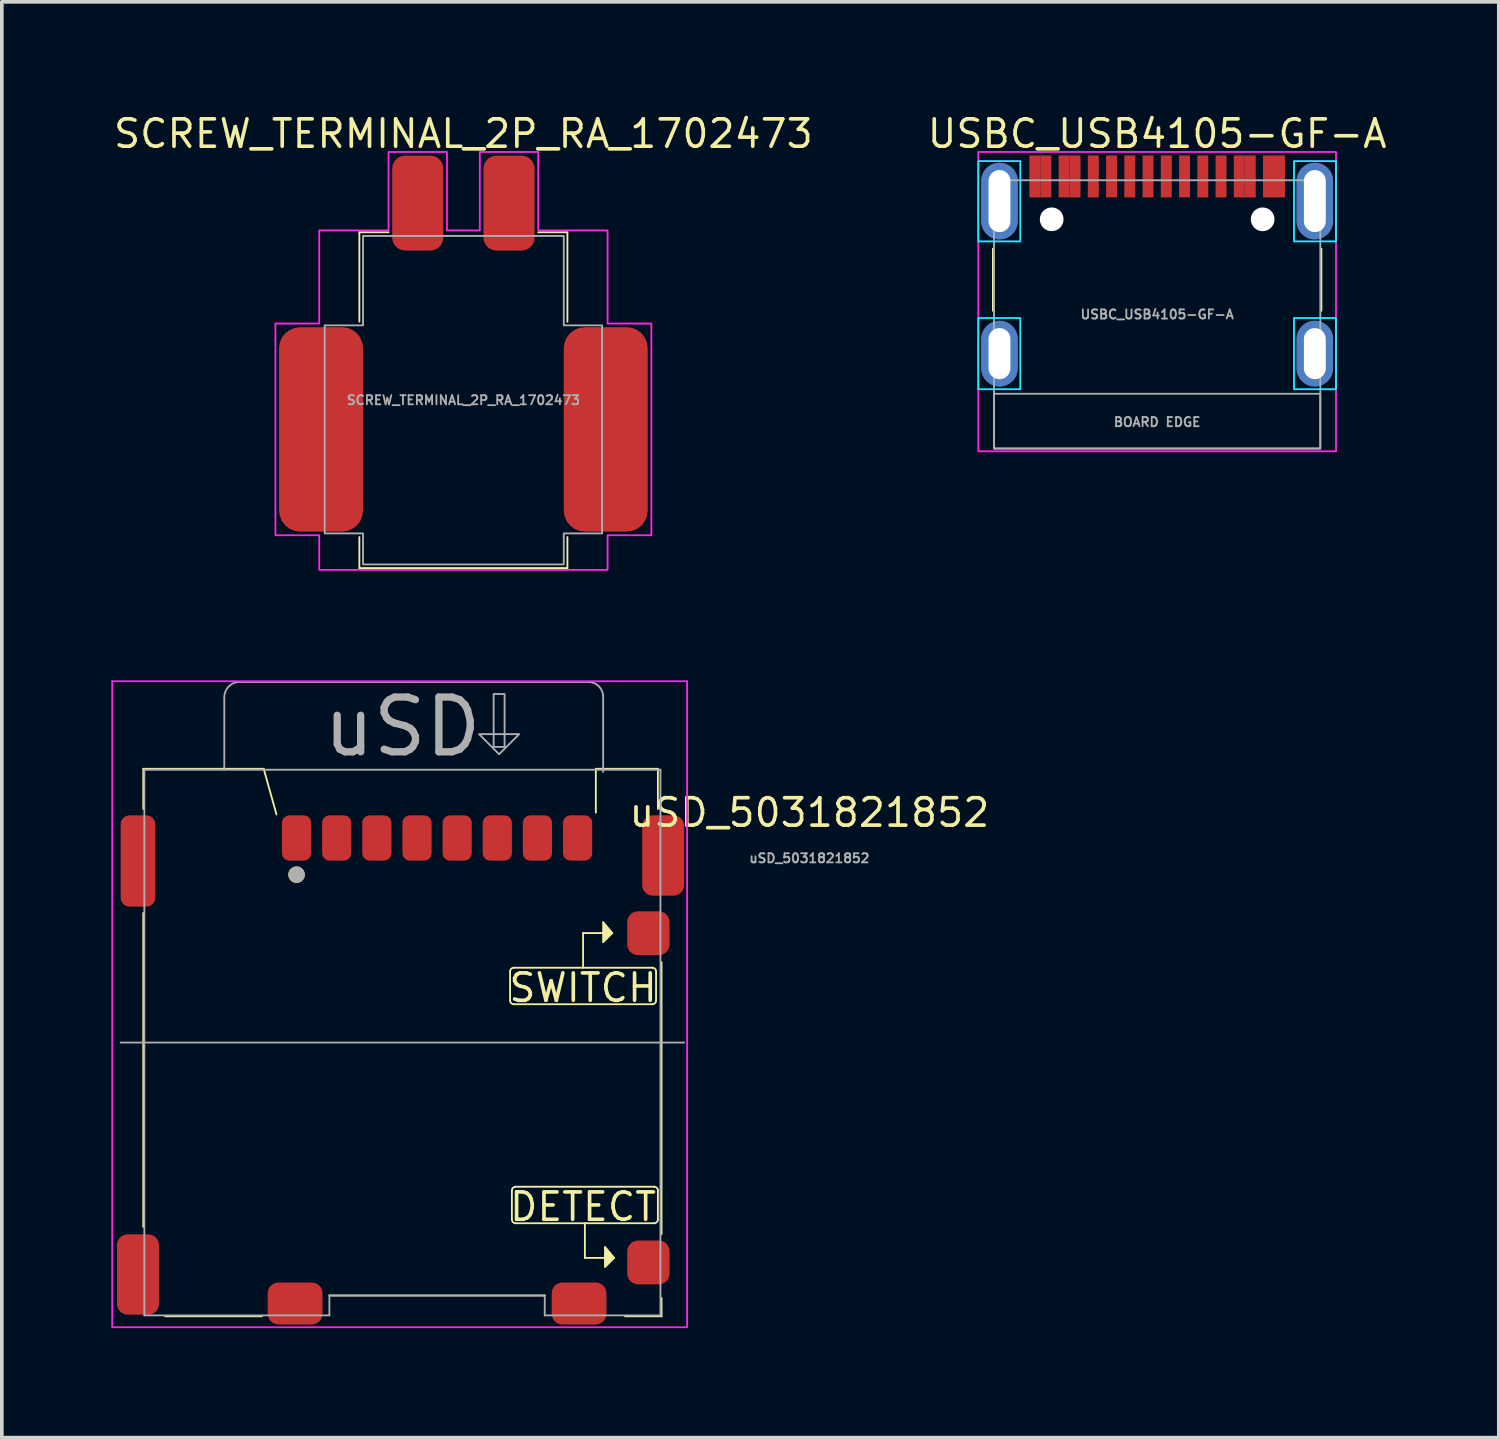
<source format=kicad_pcb>
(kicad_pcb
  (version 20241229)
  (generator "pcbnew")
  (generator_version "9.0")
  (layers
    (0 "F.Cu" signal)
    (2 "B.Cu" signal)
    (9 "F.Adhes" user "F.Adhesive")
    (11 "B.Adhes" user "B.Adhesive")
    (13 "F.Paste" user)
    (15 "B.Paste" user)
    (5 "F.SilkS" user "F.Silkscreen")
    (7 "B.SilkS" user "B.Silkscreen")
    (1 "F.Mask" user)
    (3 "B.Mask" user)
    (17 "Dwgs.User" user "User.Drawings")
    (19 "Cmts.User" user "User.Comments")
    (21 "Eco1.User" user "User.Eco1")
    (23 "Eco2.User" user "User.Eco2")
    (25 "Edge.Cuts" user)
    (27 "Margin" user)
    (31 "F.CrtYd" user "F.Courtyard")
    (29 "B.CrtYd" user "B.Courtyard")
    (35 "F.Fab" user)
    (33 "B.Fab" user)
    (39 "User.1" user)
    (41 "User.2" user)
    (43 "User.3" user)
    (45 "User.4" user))
  (footprint "SCREW_TERMINAL_2P_RA_1702473"
    (layer "F.Cu")
    (at 9.646 7.914)
    (property "Reference" "SCREW_TERMINAL_2P_RA_1702473" (at 0 -7.3 0) (unlocked yes) (layer "F.SilkS") (effects (font (size 0.75 0.75) (thickness 0.1))))
    (attr smd)
    (fp_line (start -2.85 -4.6) (end -2.05 -4.6) (stroke (width 0.05) (type solid)) (layer "F.SilkS"))
    (fp_line (start -2.85 -2.15) (end -2.85 -4.6) (stroke (width 0.05) (type solid)) (layer "F.SilkS"))
    (fp_line (start -2.85 4.6) (end -2.85 3.75) (stroke (width 0.05) (type solid)) (layer "F.SilkS"))
    (fp_line (start 2.05 -4.6) (end 2.85 -4.6) (stroke (width 0.05) (type solid)) (layer "F.SilkS"))
    (fp_line (start 2.85 -4.6) (end 2.85 -2.15) (stroke (width 0.05) (type solid)) (layer "F.SilkS"))
    (fp_line (start 2.85 3.75) (end 2.85 4.6) (stroke (width 0.05) (type solid)) (layer "F.SilkS"))
    (fp_line (start 2.85 4.6) (end -2.85 4.6) (stroke (width 0.05) (type solid)) (layer "F.SilkS"))
    (fp_poly (pts (xy -0.45 -4.65) (xy 0.45 -4.65) (xy 0.45 -6.8) (xy 2.05 -6.8) (xy 2.05 -4.65) (xy 3.95 -4.65) (xy 3.95 -2.1) (xy 5.15 -2.1) (xy 5.15 3.7) (xy 3.95 3.7) (xy 3.95 4.65) (xy -3.95 4.65) (xy -3.95 3.7) (xy -5.15 3.7) (xy -5.15 -2.1) (xy -3.95 -2.1) (xy -3.95 -4.65) (xy -2.05 -4.65) (xy -2.05 -6.8) (xy -0.45 -6.8)) (stroke (width 0.05) (type solid)) (fill no) (layer "F.CrtYd"))
    (fp_poly (pts (xy 2.75 -2.05) (xy 3.8 -2.05) (xy 3.8 3.65) (xy 2.75 3.65) (xy 2.75 4.5) (xy -2.75 4.5) (xy -2.75 3.65) (xy -3.8 3.65) (xy -3.8 -2.05) (xy -2.75 -2.05) (xy -2.75 -4.5) (xy 2.75 -4.5)) (stroke (width 0.05) (type solid)) (fill no) (layer "F.Fab"))
    (fp_text user "${REFERENCE}" (at 0 0 0) (unlocked yes) (layer "F.Fab") (effects (font (size 0.25 0.25) (thickness 0.05))))
    (pad "" smd roundrect (at -3.9 0.8) (size 2.3 5.6) (layers "F.Cu" "F.Mask" "F.Paste") (roundrect_rratio 0.25))
    (pad "" smd roundrect (at 3.9 0.8) (size 2.3 5.6) (layers "F.Cu" "F.Mask" "F.Paste") (roundrect_rratio 0.25))
    (pad "1" smd roundrect (at -1.25 -5.4) (size 1.4 2.6) (layers "F.Cu" "F.Mask" "F.Paste") (roundrect_rratio 0.25))
    (pad "2" smd roundrect (at 1.25 -5.4) (size 1.4 2.6) (layers "F.Cu" "F.Mask" "F.Paste") (roundrect_rratio 0.25)))
  (footprint "uSD_5031821852"
    (layer "F.Cu")
    (at 7.975 25.514)
    (property "Reference" "uSD_5031821852" (at 11.15 -6.3 0) (unlocked yes) (layer "F.SilkS") (effects (font (size 0.75 0.75) (thickness 0.1))))
    (attr smd)
    (fp_line (start -7.1 -7.5) (end -7.1 -6.4) (stroke (width 0.05) (type solid)) (layer "F.SilkS"))
    (fp_line (start -7.1 -7.5) (end -3.8 -7.5) (stroke (width 0.05) (type solid)) (layer "F.SilkS"))
    (fp_line (start -7.1 -3.55) (end -7.1 5.05) (stroke (width 0.05) (type solid)) (layer "F.SilkS"))
    (fp_line (start -6.5 7.5) (end -3.85 7.5) (stroke (width 0.05) (type solid)) (layer "F.SilkS"))
    (fp_line (start -3.8 -7.5) (end -3.45 -6.25) (stroke (width 0.05) (type solid)) (layer "F.SilkS"))
    (fp_line (start -2 6.93) (end 3.9 6.93) (stroke (width 0.05) (type solid)) (layer "F.SilkS"))
    (fp_line (start 2.95 -1.15) (end 2.95 -1.95) (stroke (width 0.05) (type solid)) (layer "F.SilkS"))
    (fp_line (start 3 4.85) (end 3 4.05) (stroke (width 0.05) (type solid)) (layer "F.SilkS"))
    (fp_line (start 3.05 -2.05) (end 6.85 -2.05) (stroke (width 0.05) (type solid)) (layer "F.SilkS"))
    (fp_line (start 3.1 3.95) (end 6.9 3.95) (stroke (width 0.05) (type solid)) (layer "F.SilkS"))
    (fp_line (start 4.95 -3) (end 5.75 -3) (stroke (width 0.05) (type solid)) (layer "F.SilkS"))
    (fp_line (start 4.95 -2.05) (end 4.95 -3) (stroke (width 0.05) (type solid)) (layer "F.SilkS"))
    (fp_line (start 5 5.9) (end 5 4.95) (stroke (width 0.05) (type solid)) (layer "F.SilkS"))
    (fp_line (start 5 5.9) (end 5.8 5.9) (stroke (width 0.05) (type solid)) (layer "F.SilkS"))
    (fp_line (start 5.3 -7.5) (end 5.3 -6.3) (stroke (width 0.05) (type solid)) (layer "F.SilkS"))
    (fp_line (start 6.85 -1.05) (end 3.05 -1.05) (stroke (width 0.05) (type solid)) (layer "F.SilkS"))
    (fp_line (start 6.9 4.95) (end 3.1 4.95) (stroke (width 0.05) (type solid)) (layer "F.SilkS"))
    (fp_line (start 6.95 -1.95) (end 6.95 -1.15) (stroke (width 0.05) (type solid)) (layer "F.SilkS"))
    (fp_line (start 7 -7.5) (end 5.3 -7.5) (stroke (width 0.05) (type solid)) (layer "F.SilkS"))
    (fp_line (start 7 -7.5) (end 7 -6.4) (stroke (width 0.05) (type solid)) (layer "F.SilkS"))
    (fp_line (start 7 4.05) (end 7 4.85) (stroke (width 0.05) (type solid)) (layer "F.SilkS"))
    (fp_line (start 7.1 -2.2) (end 7.1 5.25) (stroke (width 0.05) (type solid)) (layer "F.SilkS"))
    (fp_line (start 7.1 7.5) (end 6.1 7.5) (stroke (width 0.05) (type solid)) (layer "F.SilkS"))
    (fp_line (start 7.1 7.5) (end 7.1 7) (stroke (width 0.05) (type solid)) (layer "F.SilkS"))
    (fp_arc (start 2.95 -1.95) (mid 2.979289 -2.020711) (end 3.05 -2.05) (stroke (width 0.05) (type solid)) (layer "F.SilkS"))
    (fp_arc (start 3 4.05) (mid 3.029289 3.979289) (end 3.1 3.95) (stroke (width 0.05) (type solid)) (layer "F.SilkS"))
    (fp_arc (start 3.05 -1.05) (mid 2.979289 -1.079289) (end 2.95 -1.15) (stroke (width 0.05) (type solid)) (layer "F.SilkS"))
    (fp_arc (start 3.1 4.95) (mid 3.029289 4.920711) (end 3 4.85) (stroke (width 0.05) (type solid)) (layer "F.SilkS"))
    (fp_arc (start 6.85 -2.05) (mid 6.920711 -2.020711) (end 6.95 -1.95) (stroke (width 0.05) (type solid)) (layer "F.SilkS"))
    (fp_arc (start 6.9 3.95) (mid 6.970711 3.979289) (end 7 4.05) (stroke (width 0.05) (type solid)) (layer "F.SilkS"))
    (fp_arc (start 6.95 -1.15) (mid 6.920711 -1.079289) (end 6.85 -1.05) (stroke (width 0.05) (type solid)) (layer "F.SilkS"))
    (fp_arc (start 7 4.85) (mid 6.970711 4.920711) (end 6.9 4.95) (stroke (width 0.05) (type solid)) (layer "F.SilkS"))
    (fp_circle (center -2.9 -4.6) (end -2.9 -4.6) (stroke (width 0.05) (type solid)) (fill no) (layer "F.SilkS"))
    (fp_circle (center -2.9 -4.6) (end -2.85 -4.6) (stroke (width 0.05) (type solid)) (fill no) (layer "F.SilkS"))
    (fp_circle (center -2.9 -4.6) (end -2.8 -4.6) (stroke (width 0.05) (type solid)) (fill no) (layer "F.SilkS"))
    (fp_circle (center -2.9 -4.6) (end -2.75 -4.6) (stroke (width 0.05) (type solid)) (fill no) (layer "F.SilkS"))
    (fp_circle (center -2.9 -4.6) (end -2.7 -4.6) (stroke (width 0.05) (type solid)) (fill no) (layer "F.SilkS"))
    (fp_poly (pts (xy 5.75 -3) (xy 5.5 -2.75) (xy 5.5 -3.3)) (stroke (width 0.05) (type solid)) (fill yes) (layer "F.SilkS"))
    (fp_poly (pts (xy 5.8 5.9) (xy 5.55 6.15) (xy 5.55 5.6)) (stroke (width 0.05) (type solid)) (fill yes) (layer "F.SilkS"))
    (fp_line (start -7.95 -9.9) (end 7.8 -9.9) (stroke (width 0.05) (type solid)) (layer "F.CrtYd"))
    (fp_line (start -7.95 7.8) (end -7.95 -9.9) (stroke (width 0.05) (type solid)) (layer "F.CrtYd"))
    (fp_line (start 7.8 -9.9) (end 7.8 7.8) (stroke (width 0.05) (type solid)) (layer "F.CrtYd"))
    (fp_line (start 7.8 7.8) (end -7.95 7.8) (stroke (width 0.05) (type solid)) (layer "F.CrtYd"))
    (fp_line (start -7.72 0) (end 7.72 0) (stroke (width 0.05) (type solid)) (layer "F.Fab"))
    (fp_line (start -7.07 -7.475) (end 7.07 -7.475) (stroke (width 0.05) (type solid)) (layer "F.Fab"))
    (fp_line (start -7.07 7.475) (end -7.07 -7.475) (stroke (width 0.05) (type solid)) (layer "F.Fab"))
    (fp_line (start -7.07 7.475) (end -2 7.475) (stroke (width 0.05) (type solid)) (layer "F.Fab"))
    (fp_line (start -4.88 -9.45) (end -4.88 -7.48) (stroke (width 0.05) (type solid)) (layer "F.Fab"))
    (fp_line (start -2 6.93) (end 3.9 6.93) (stroke (width 0.05) (type solid)) (layer "F.Fab"))
    (fp_line (start -2 7.475) (end -2 6.93) (stroke (width 0.05) (type solid)) (layer "F.Fab"))
    (fp_line (start 0.31 -9.88) (end -4.5 -9.88) (stroke (width 0.05) (type solid)) (layer "F.Fab"))
    (fp_line (start 0.31 -9.88) (end 5.09 -9.88) (stroke (width 0.05) (type solid)) (layer "F.Fab"))
    (fp_line (start 3.9 7.475) (end 3.9 6.93) (stroke (width 0.05) (type solid)) (layer "F.Fab"))
    (fp_line (start 3.9 7.475) (end 7.07 7.475) (stroke (width 0.05) (type solid)) (layer "F.Fab"))
    (fp_line (start 5.5 -9.5) (end 5.5 -7.415) (stroke (width 0.05) (type solid)) (layer "F.Fab"))
    (fp_line (start 7.07 -7.475) (end 7.07 7.475) (stroke (width 0.05) (type solid)) (layer "F.Fab"))
    (fp_rect (start 2.5 -9.55) (end 2.8 -8.1) (stroke (width 0.05) (type solid)) (fill no) (layer "F.Fab"))
    (fp_arc (start -4.88 -9.45) (mid -4.774124 -9.739342) (end -4.5 -9.88) (stroke (width 0.05) (type solid)) (layer "F.Fab"))
    (fp_arc (start 5.09034 -9.88) (mid 5.37053 -9.771242) (end 5.5 -9.5) (stroke (width 0.05) (type solid)) (layer "F.Fab"))
    (fp_circle (center -2.9 -4.6) (end -2.9 -4.6) (stroke (width 0.05) (type solid)) (fill no) (layer "F.Fab"))
    (fp_circle (center -2.9 -4.6) (end -2.85 -4.6) (stroke (width 0.05) (type solid)) (fill no) (layer "F.Fab"))
    (fp_circle (center -2.9 -4.6) (end -2.8 -4.6) (stroke (width 0.05) (type solid)) (fill no) (layer "F.Fab"))
    (fp_circle (center -2.9 -4.6) (end -2.75 -4.6) (stroke (width 0.05) (type solid)) (fill no) (layer "F.Fab"))
    (fp_circle (center -2.9 -4.6) (end -2.7 -4.6) (stroke (width 0.05) (type solid)) (fill no) (layer "F.Fab"))
    (fp_poly (pts (xy 2.65 -7.9) (xy 2.1 -8.45) (xy 3.2 -8.45)) (stroke (width 0.05) (type solid)) (fill no) (layer "F.Fab"))
    (fp_text user "DETECT" (at 4.95 4.5 0) (unlocked yes) (layer "F.SilkS") (effects (font (size 0.75 0.75) (thickness 0.1))))
    (fp_text user "SWITCH" (at 4.95 -1.5 0) (unlocked yes) (layer "F.SilkS") (effects (font (size 0.75 0.75) (thickness 0.1))))
    (fp_text user "${REFERENCE}" (at 11.15 -5.05 0) (unlocked yes) (layer "F.Fab") (effects (font (size 0.25 0.25) (thickness 0.05))))
    (fp_text user "uSD" (at 0 -8.65 0) (unlocked yes) (layer "F.Fab") (effects (font (size 1.5 1.5) (thickness 0.2))))
    (pad "1" smd roundrect (at -2.9 -5.605) (size 0.8 1.24) (layers "F.Cu" "F.Mask" "F.Paste") (roundrect_rratio 0.25))
    (pad "2" smd roundrect (at -1.8 -5.605) (size 0.8 1.24) (layers "F.Cu" "F.Mask" "F.Paste") (roundrect_rratio 0.25))
    (pad "3" smd roundrect (at -0.7 -5.605) (size 0.8 1.24) (layers "F.Cu" "F.Mask" "F.Paste") (roundrect_rratio 0.25))
    (pad "4" smd roundrect (at 0.4 -5.605) (size 0.8 1.24) (layers "F.Cu" "F.Mask" "F.Paste") (roundrect_rratio 0.25))
    (pad "5" smd roundrect (at 1.5 -5.605) (size 0.8 1.24) (layers "F.Cu" "F.Mask" "F.Paste") (roundrect_rratio 0.25))
    (pad "6" smd roundrect (at 2.6 -5.605) (size 0.8 1.24) (layers "F.Cu" "F.Mask" "F.Paste") (roundrect_rratio 0.25))
    (pad "7" smd roundrect (at 3.7 -5.605) (size 0.8 1.24) (layers "F.Cu" "F.Mask" "F.Paste") (roundrect_rratio 0.25))
    (pad "8" smd roundrect (at 4.8 -5.605) (size 0.8 1.24) (layers "F.Cu" "F.Mask" "F.Paste") (roundrect_rratio 0.25))
    (pad "9" smd roundrect (at 6.74 6.025) (size 1.16 1.2) (layers "F.Cu" "F.Mask" "F.Paste") (roundrect_rratio 0.25))
    (pad "10" smd roundrect (at 6.74 -2.995) (size 1.16 1.2) (layers "F.Cu" "F.Mask" "F.Paste") (roundrect_rratio 0.25))
    (pad "S1" smd roundrect (at -7.245 -4.975) (size 0.95 2.5) (layers "F.Cu" "F.Mask" "F.Paste") (roundrect_rratio 0.25))
    (pad "S2" smd roundrect (at -7.245 6.355) (size 1.15 2.2) (layers "F.Cu" "F.Mask" "F.Paste") (roundrect_rratio 0.25))
    (pad "S3" smd roundrect (at -2.94 7.15) (size 1.5 1.15) (layers "F.Cu" "F.Mask" "F.Paste") (roundrect_rratio 0.25))
    (pad "S4" smd roundrect (at 4.84 7.15) (size 1.5 1.15) (layers "F.Cu" "F.Mask" "F.Paste") (roundrect_rratio 0.25))
    (pad "S5" smd roundrect (at 7.145 -5.125) (size 1.15 2.2) (layers "F.Cu" "F.Mask" "F.Paste") (roundrect_rratio 0.25)))
  (footprint "USBC_USB4105-GF-A"
    (layer "F.Cu")
    (at 28.654 5.564)
    (property "Reference" "USBC_USB4105-GF-A" (at 0 -4.95 0) (unlocked yes) (layer "F.SilkS") (effects (font (size 0.75 0.75) (thickness 0.1))))
    (attr smd)
    (fp_line (start -4.5 -1.8) (end -4.5 -0.1) (stroke (width 0.05) (type solid)) (layer "F.SilkS"))
    (fp_line (start 4.5 -1.8) (end 4.5 -0.1) (stroke (width 0.05) (type solid)) (layer "F.SilkS"))
    (fp_rect (start -4.9 -4.2) (end -3.75 -2) (stroke (width 0.05) (type solid)) (fill no) (layer "B.CrtYd"))
    (fp_rect (start -4.9 0.1) (end -3.75 2.05) (stroke (width 0.05) (type solid)) (fill no) (layer "B.CrtYd"))
    (fp_rect (start 3.75 -4.2) (end 4.9 -2) (stroke (width 0.05) (type solid)) (fill no) (layer "B.CrtYd"))
    (fp_rect (start 3.75 0.1) (end 4.9 2.05) (stroke (width 0.05) (type solid)) (fill no) (layer "B.CrtYd"))
    (fp_rect (start -4.9 -4.45) (end 4.9 3.75) (stroke (width 0.05) (type solid)) (fill no) (layer "F.CrtYd"))
    (fp_rect (start -4.47 -3.675) (end 4.47 3.675) (stroke (width 0.05) (type solid)) (fill no) (layer "F.Fab"))
    (fp_rect (start -4.47 2.175) (end 4.47 3.675) (stroke (width 0.05) (type solid)) (fill no) (layer "F.Fab"))
    (fp_text user "${REFERENCE}" (at 0 0 0) (unlocked yes) (layer "F.Fab") (effects (font (size 0.25 0.25) (thickness 0.05))))
    (fp_text user "BOARD EDGE" (at 0 2.95 0) (unlocked yes) (layer "F.Fab") (effects (font (size 0.25 0.25) (thickness 0.05))))
    (pad "" np_thru_hole circle (at -2.89 -2.605) (size 0.65 0.65) (drill 0.65) (layers "*.Cu" "*.Mask"))
    (pad "" np_thru_hole circle (at 2.89 -2.605) (size 0.65 0.65) (drill 0.65) (layers "*.Cu" "*.Mask"))
    (pad "A1" smd rect (at -3.35 -3.78) (size 0.3 1.15) (layers "F.Cu" "F.Mask" "F.Paste"))
    (pad "A4" smd rect (at -2.55 -3.78) (size 0.3 1.15) (layers "F.Cu" "F.Mask" "F.Paste"))
    (pad "A5" smd rect (at -1.25 -3.78) (size 0.3 1.15) (layers "F.Cu" "F.Mask" "F.Paste"))
    (pad "A6" smd rect (at -0.25 -3.78) (size 0.3 1.15) (layers "F.Cu" "F.Mask" "F.Paste"))
    (pad "A7" smd rect (at 0.25 -3.78) (size 0.3 1.15) (layers "F.Cu" "F.Mask" "F.Paste"))
    (pad "A8" smd rect (at 1.25 -3.78) (size 0.3 1.15) (layers "F.Cu" "F.Mask" "F.Paste"))
    (pad "A9" smd rect (at 2.55 -3.78) (size 0.3 1.15) (layers "F.Cu" "F.Mask" "F.Paste"))
    (pad "A12" smd rect (at 3.35 -3.78) (size 0.3 1.15) (layers "F.Cu" "F.Mask" "F.Paste"))
    (pad "B1" smd rect (at 3.05 -3.78) (size 0.3 1.15) (layers "F.Cu" "F.Mask" "F.Paste"))
    (pad "B4" smd rect (at 2.25 -3.78) (size 0.3 1.15) (layers "F.Cu" "F.Mask" "F.Paste"))
    (pad "B5" smd rect (at 1.75 -3.78) (size 0.3 1.15) (layers "F.Cu" "F.Mask" "F.Paste"))
    (pad "B6" smd rect (at 0.75 -3.78) (size 0.3 1.15) (layers "F.Cu" "F.Mask" "F.Paste"))
    (pad "B7" smd rect (at -0.75 -3.78) (size 0.3 1.15) (layers "F.Cu" "F.Mask" "F.Paste"))
    (pad "B8" smd rect (at -1.75 -3.78) (size 0.3 1.15) (layers "F.Cu" "F.Mask" "F.Paste"))
    (pad "B9" smd rect (at -2.25 -3.78) (size 0.3 1.15) (layers "F.Cu" "F.Mask" "F.Paste"))
    (pad "B12" smd rect (at -3.05 -3.78) (size 0.3 1.15) (layers "F.Cu" "F.Mask" "F.Paste"))
    (pad "S1" thru_hole oval (at 4.32 1.075) (size 1 1.8) (drill oval 0.6 1.4) (layers "*.Cu" "*.Mask"))
    (pad "S2" thru_hole oval (at -4.32 1.075) (size 1 1.8) (drill oval 0.6 1.4) (layers "*.Cu" "*.Mask"))
    (pad "S3" thru_hole oval (at -4.32 -3.105) (size 1 2.1) (drill oval 0.6 1.7) (layers "*.Cu" "*.Mask"))
    (pad "S4" thru_hole oval (at 4.32 -3.105) (size 1 2.1) (drill oval 0.6 1.7) (layers "*.Cu" "*.Mask")))
  (gr_rect
    (start -3 -3)
    (end 38.014 36.339)
    (stroke (width 0.1) (type default))
    (fill no)
    (layer "Edge.Cuts")))
</source>
